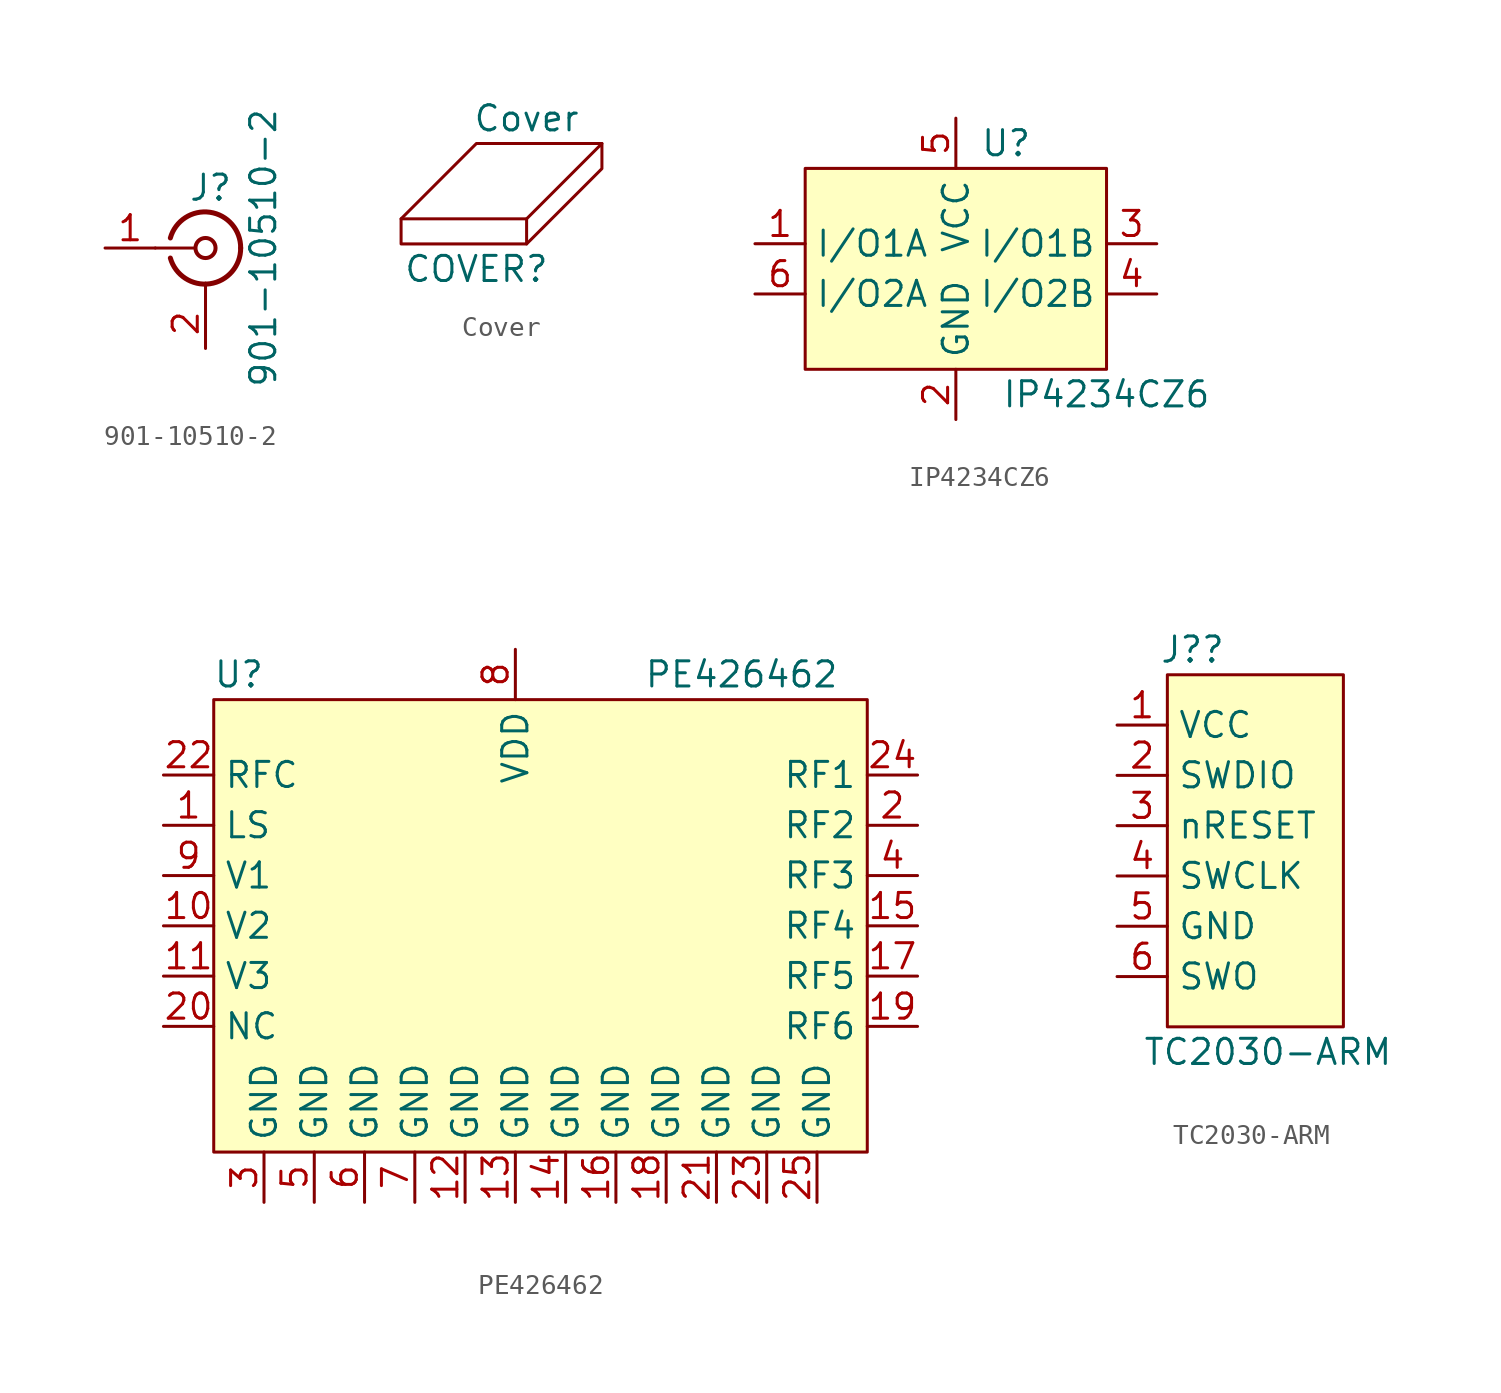
<source format=kicad_sym>
(kicad_symbol_lib
  (version 20231120)
  (generator "kicad_symbol_editor")
  (generator_version "8.0")
  (symbol "901-10510-2"
    (pin_names
      (offset 1.016) hide)
    (property "Reference" "J"
      (at 0.254 3.048 0)
      (effects (font (size 1.27 1.27))))
    (property "Value" "901-10510-2"
      (at 2.921 0 90)
      (effects (font (size 1.27 1.27))))
    (symbol "901-10510-2_0_1"
      (arc (start -1.778 -0.508) (mid 0.2311 -1.8066) (end 1.778 0) (stroke (width 0.254) (type default)) (fill (type none)))
      (polyline (pts (xy -2.54 0) (xy -0.508 0)) (stroke (width 0) (type default)) (fill (type none)))
      (polyline (pts (xy 0 -2.54) (xy 0 -1.778)) (stroke (width 0) (type default)) (fill (type none)))
      (circle (center 0 0) (radius 0.508) (stroke (width 0.203) (type default)) (fill (type none)))
      (arc (start 1.778 0) (mid 0.2099 1.8101) (end -1.778 0.508) (stroke (width 0.254) (type default)) (fill (type none))))
    (symbol "901-10510-2_1_1"
      (pin passive line (at -5.08 0 0) (length 2.54) (name "In" (effects (font (size 1.27 1.27)))) (number "1" (effects (font (size 1.27 1.27)))))
      (pin passive line (at 0 -5.08 90) (length 2.54) (name "Ext" (effects (font (size 1.27 1.27)))) (number "2" (effects (font (size 1.27 1.27)))))
      (pin passive line (at 0 -5.08 90) (length 2.54) hide (name "Ext" (effects (font (size 1.27 1.27)))) (number "3" (effects (font (size 1.27 1.27)))))
      (pin passive line (at 0 -5.08 90) (length 2.54) hide (name "Ext" (effects (font (size 1.27 1.27)))) (number "4" (effects (font (size 1.27 1.27)))))
      (pin passive line (at 0 -5.08 90) (length 2.54) hide (name "Ext" (effects (font (size 1.27 1.27)))) (number "5" (effects (font (size 1.27 1.27)))))
      (pin passive line (at 0 -5.08 90) (length 2.54) hide (name "Ext" (effects (font (size 1.27 1.27)))) (number "6" (effects (font (size 1.27 1.27)))))
      (pin passive line (at 0 -5.08 90) (length 2.54) hide (name "Ext" (effects (font (size 1.27 1.27)))) (number "7" (effects (font (size 1.27 1.27)))))))
  (symbol "Cover"
    (property "Reference" "COVER"
      (at -1.27 -2.54 0)
      (effects (font (size 1.27 1.27))))
    (property "Value" "Cover"
      (at 1.27 5.08 0)
      (effects (font (size 1.27 1.27))))
    (symbol "Cover_0_1"
      (polyline (pts (xy -5.08 0) (xy -1.27 3.81) (xy 5.08 3.81)) (stroke (width 0) (type default)) (fill (type none)))
      (polyline (pts (xy 1.27 0) (xy 5.08 3.81) (xy 5.08 2.54) (xy 1.27 -1.27)) (stroke (width 0) (type default)) (fill (type none)))
      (polyline (pts (xy -5.08 0) (xy -5.08 -1.27) (xy 1.27 -1.27) (xy 1.27 0) (xy -5.08 0)) (stroke (width 0) (type default)) (fill (type none)))))
  (symbol "IP4234CZ6"
    (property "Reference" "U"
      (at 2.54 6.35 0)
      (effects (font (size 1.27 1.27))))
    (property "Value" "IP4234CZ6"
      (at 7.62 -6.35 0)
      (effects (font (size 1.27 1.27))))
    (symbol "IP4234CZ6_0_1"
      (rectangle (start -7.62 5.08) (end 7.62 -5.08) (stroke (width 0) (type default)) (fill (type background))))
    (symbol "IP4234CZ6_1_1"
      (pin bidirectional line (at -10.16 1.27 0) (length 2.54) (name "I/O1A" (effects (font (size 1.27 1.27)))) (number "1" (effects (font (size 1.27 1.27)))))
      (pin power_in line (at 0 -7.62 90) (length 2.54) (name "GND" (effects (font (size 1.27 1.27)))) (number "2" (effects (font (size 1.27 1.27)))))
      (pin bidirectional line (at 10.16 1.27 180) (length 2.54) (name "I/O1B" (effects (font (size 1.27 1.27)))) (number "3" (effects (font (size 1.27 1.27)))))
      (pin bidirectional line (at 10.16 -1.27 180) (length 2.54) (name "I/O2B" (effects (font (size 1.27 1.27)))) (number "4" (effects (font (size 1.27 1.27)))))
      (pin power_in line (at 0 7.62 270) (length 2.54) (name "VCC" (effects (font (size 1.27 1.27)))) (number "5" (effects (font (size 1.27 1.27)))))
      (pin bidirectional line (at -10.16 -1.27 0) (length 2.54) (name "I/O2A" (effects (font (size 1.27 1.27)))) (number "6" (effects (font (size 1.27 1.27)))))))
  (symbol "PE426462"
    (property "Reference" "U"
      (at -13.97 10.16 0)
      (effects (font (size 1.27 1.27))))
    (property "Value" "PE426462"
      (at 11.43 10.16 0)
      (effects (font (size 1.27 1.27))))
    (symbol "PE426462_0_1"
      (rectangle (start -15.24 8.89) (end 17.78 -13.97) (stroke (width 0) (type default)) (fill (type background))))
    (symbol "PE426462_1_1"
      (pin input line (at -17.78 2.54 0) (length 2.54) (name "LS" (effects (font (size 1.27 1.27)))) (number "1" (effects (font (size 1.27 1.27)))))
      (pin input line (at -17.78 -2.54 0) (length 2.54) (name "V2" (effects (font (size 1.27 1.27)))) (number "10" (effects (font (size 1.27 1.27)))))
      (pin input line (at -17.78 -5.08 0) (length 2.54) (name "V3" (effects (font (size 1.27 1.27)))) (number "11" (effects (font (size 1.27 1.27)))))
      (pin power_in line (at -2.54 -16.51 90) (length 2.54) (name "GND" (effects (font (size 1.27 1.27)))) (number "12" (effects (font (size 1.27 1.27)))))
      (pin power_in line (at 0 -16.51 90) (length 2.54) (name "GND" (effects (font (size 1.27 1.27)))) (number "13" (effects (font (size 1.27 1.27)))))
      (pin power_in line (at 2.54 -16.51 90) (length 2.54) (name "GND" (effects (font (size 1.27 1.27)))) (number "14" (effects (font (size 1.27 1.27)))))
      (pin bidirectional line (at 20.32 -2.54 180) (length 2.54) (name "RF4" (effects (font (size 1.27 1.27)))) (number "15" (effects (font (size 1.27 1.27)))))
      (pin power_in line (at 5.08 -16.51 90) (length 2.54) (name "GND" (effects (font (size 1.27 1.27)))) (number "16" (effects (font (size 1.27 1.27)))))
      (pin bidirectional line (at 20.32 -5.08 180) (length 2.54) (name "RF5" (effects (font (size 1.27 1.27)))) (number "17" (effects (font (size 1.27 1.27)))))
      (pin power_in line (at 7.62 -16.51 90) (length 2.54) (name "GND" (effects (font (size 1.27 1.27)))) (number "18" (effects (font (size 1.27 1.27)))))
      (pin bidirectional line (at 20.32 -7.62 180) (length 2.54) (name "RF6" (effects (font (size 1.27 1.27)))) (number "19" (effects (font (size 1.27 1.27)))))
      (pin bidirectional line (at 20.32 2.54 180) (length 2.54) (name "RF2" (effects (font (size 1.27 1.27)))) (number "2" (effects (font (size 1.27 1.27)))))
      (pin passive line (at -17.78 -7.62 0) (length 2.54) (name "NC" (effects (font (size 1.27 1.27)))) (number "20" (effects (font (size 1.27 1.27)))))
      (pin power_in line (at 10.16 -16.51 90) (length 2.54) (name "GND" (effects (font (size 1.27 1.27)))) (number "21" (effects (font (size 1.27 1.27)))))
      (pin bidirectional line (at -17.78 5.08 0) (length 2.54) (name "RFC" (effects (font (size 1.27 1.27)))) (number "22" (effects (font (size 1.27 1.27)))))
      (pin power_in line (at 12.7 -16.51 90) (length 2.54) (name "GND" (effects (font (size 1.27 1.27)))) (number "23" (effects (font (size 1.27 1.27)))))
      (pin bidirectional line (at 20.32 5.08 180) (length 2.54) (name "RF1" (effects (font (size 1.27 1.27)))) (number "24" (effects (font (size 1.27 1.27)))))
      (pin power_in line (at 15.24 -16.51 90) (length 2.54) (name "GND" (effects (font (size 1.27 1.27)))) (number "25" (effects (font (size 1.27 1.27)))))
      (pin power_in line (at -12.7 -16.51 90) (length 2.54) (name "GND" (effects (font (size 1.27 1.27)))) (number "3" (effects (font (size 1.27 1.27)))))
      (pin bidirectional line (at 20.32 0 180) (length 2.54) (name "RF3" (effects (font (size 1.27 1.27)))) (number "4" (effects (font (size 1.27 1.27)))))
      (pin power_in line (at -10.16 -16.51 90) (length 2.54) (name "GND" (effects (font (size 1.27 1.27)))) (number "5" (effects (font (size 1.27 1.27)))))
      (pin power_in line (at -7.62 -16.51 90) (length 2.54) (name "GND" (effects (font (size 1.27 1.27)))) (number "6" (effects (font (size 1.27 1.27)))))
      (pin power_in line (at -5.08 -16.51 90) (length 2.54) (name "GND" (effects (font (size 1.27 1.27)))) (number "7" (effects (font (size 1.27 1.27)))))
      (pin power_in line (at 0 11.43 270) (length 2.54) (name "VDD" (effects (font (size 1.27 1.27)))) (number "8" (effects (font (size 1.27 1.27)))))
      (pin input line (at -17.78 0 0) (length 2.54) (name "V1" (effects (font (size 1.27 1.27)))) (number "9" (effects (font (size 1.27 1.27)))))))
  (symbol "TC2030-ARM"
    (property "Reference" "J?"
      (at 1.27 11.43 0)
      (effects (font (size 1.27 1.27))))
    (property "Value" "TC2030-ARM"
      (at 5.08 -8.89 0)
      (effects (font (size 1.27 1.27))))
    (symbol "TC2030-ARM_0_1"
      (rectangle (start 0 10.16) (end 8.89 -7.62) (stroke (width 0) (type default)) (fill (type background))))
    (symbol "TC2030-ARM_1_1"
      (pin power_in line (at -2.54 7.62 0) (length 2.54) (name "VCC" (effects (font (size 1.27 1.27)))) (number "1" (effects (font (size 1.27 1.27)))))
      (pin bidirectional line (at -2.54 5.08 0) (length 2.54) (name "SWDIO" (effects (font (size 1.27 1.27)))) (number "2" (effects (font (size 1.27 1.27)))))
      (pin output line (at -2.54 2.54 0) (length 2.54) (name "nRESET" (effects (font (size 1.27 1.27)))) (number "3" (effects (font (size 1.27 1.27)))))
      (pin output line (at -2.54 0 0) (length 2.54) (name "SWCLK" (effects (font (size 1.27 1.27)))) (number "4" (effects (font (size 1.27 1.27)))))
      (pin power_in line (at -2.54 -2.54 0) (length 2.54) (name "GND" (effects (font (size 1.27 1.27)))) (number "5" (effects (font (size 1.27 1.27)))))
      (pin input line (at -2.54 -5.08 0) (length 2.54) (name "SWO" (effects (font (size 1.27 1.27)))) (number "6" (effects (font (size 1.27 1.27))))))))
</source>
